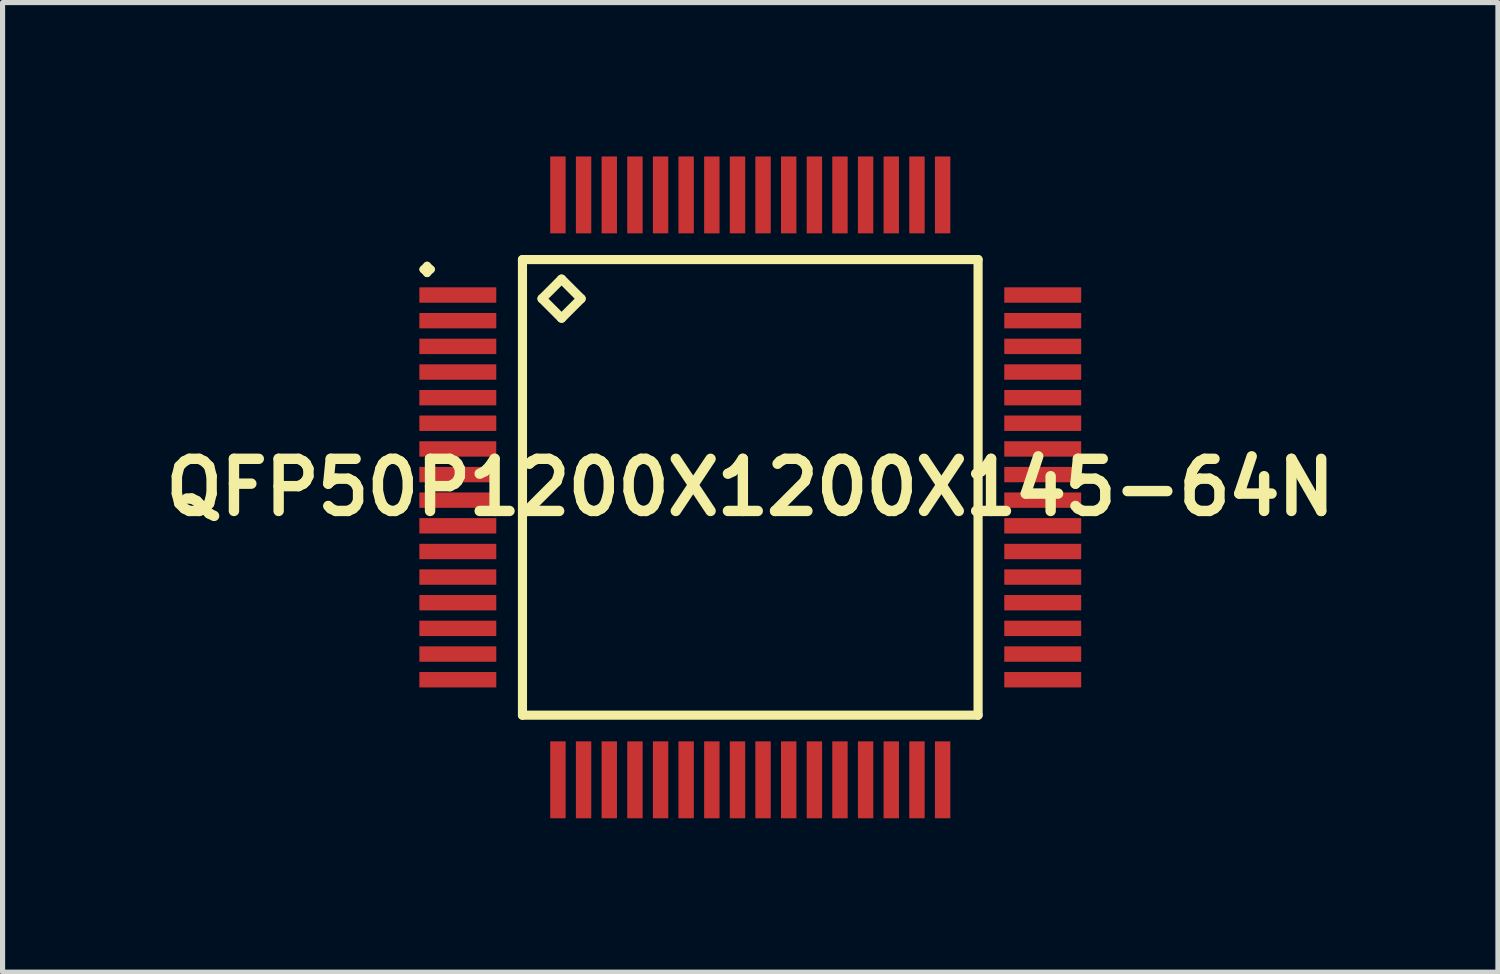
<source format=kicad_pcb>
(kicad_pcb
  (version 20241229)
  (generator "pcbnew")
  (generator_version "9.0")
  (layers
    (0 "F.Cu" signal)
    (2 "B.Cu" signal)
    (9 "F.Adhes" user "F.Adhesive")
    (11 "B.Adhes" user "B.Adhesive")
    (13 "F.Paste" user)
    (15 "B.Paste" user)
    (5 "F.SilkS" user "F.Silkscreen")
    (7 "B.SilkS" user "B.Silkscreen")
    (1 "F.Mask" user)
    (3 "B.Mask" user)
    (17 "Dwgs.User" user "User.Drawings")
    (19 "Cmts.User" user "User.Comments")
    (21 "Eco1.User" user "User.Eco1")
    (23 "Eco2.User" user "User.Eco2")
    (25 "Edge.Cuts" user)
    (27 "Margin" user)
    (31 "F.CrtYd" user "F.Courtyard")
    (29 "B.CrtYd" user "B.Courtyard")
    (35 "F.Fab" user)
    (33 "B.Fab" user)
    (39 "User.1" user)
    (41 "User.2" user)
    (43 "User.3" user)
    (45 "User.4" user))
  (footprint "QFP50P1200X1200X145-64N"
    (layer "F.Cu")
    (at 11.573 6.449)
    (property "Reference" "QFP50P1200X1200X145-64N" (at 0 0 0) (layer "F.SilkS") (effects (font (size 1.016 1.016) (thickness 0.203))))
    (attr smd)
    (fp_line (start -6.373 -4.249) (end -6.299 -4.323) (stroke (width 0.15) (type solid)) (layer "F.SilkS"))
    (fp_line (start -6.299 -4.323) (end -6.223 -4.249) (stroke (width 0.15) (type solid)) (layer "F.SilkS"))
    (fp_line (start -6.299 -4.173) (end -6.373 -4.249) (stroke (width 0.15) (type solid)) (layer "F.SilkS"))
    (fp_line (start -6.223 -4.249) (end -6.299 -4.173) (stroke (width 0.15) (type solid)) (layer "F.SilkS"))
    (fp_line (start -4.44 -4.44) (end -4.44 4.44) (stroke (width 0.178) (type solid)) (layer "F.SilkS"))
    (fp_line (start -4.44 4.44) (end 4.44 4.44) (stroke (width 0.178) (type solid)) (layer "F.SilkS"))
    (fp_line (start -4.059 -3.678) (end -3.678 -4.059) (stroke (width 0.178) (type solid)) (layer "F.SilkS"))
    (fp_line (start -3.678 -4.059) (end -3.297 -3.678) (stroke (width 0.178) (type solid)) (layer "F.SilkS"))
    (fp_line (start -3.678 -3.297) (end -4.059 -3.678) (stroke (width 0.178) (type solid)) (layer "F.SilkS"))
    (fp_line (start -3.297 -3.678) (end -3.678 -3.297) (stroke (width 0.178) (type solid)) (layer "F.SilkS"))
    (fp_line (start 4.44 -4.44) (end -4.44 -4.44) (stroke (width 0.178) (type solid)) (layer "F.SilkS"))
    (fp_line (start 4.44 4.44) (end 4.44 -4.44) (stroke (width 0.178) (type solid)) (layer "F.SilkS"))
    (pad "1" smd rect (at -5.7 -3.749) (size 1.499 0.3) (layers "F.Cu" "F.Mask" "F.Paste"))
    (pad "2" smd rect (at -5.7 -3.249) (size 1.499 0.3) (layers "F.Cu" "F.Mask" "F.Paste"))
    (pad "3" smd rect (at -5.7 -2.748) (size 1.499 0.3) (layers "F.Cu" "F.Mask" "F.Paste"))
    (pad "4" smd rect (at -5.7 -2.248) (size 1.499 0.3) (layers "F.Cu" "F.Mask" "F.Paste"))
    (pad "5" smd rect (at -5.7 -1.748) (size 1.499 0.3) (layers "F.Cu" "F.Mask" "F.Paste"))
    (pad "6" smd rect (at -5.7 -1.25) (size 1.499 0.3) (layers "F.Cu" "F.Mask" "F.Paste"))
    (pad "7" smd rect (at -5.7 -0.749) (size 1.499 0.3) (layers "F.Cu" "F.Mask" "F.Paste"))
    (pad "8" smd rect (at -5.7 -0.249) (size 1.499 0.3) (layers "F.Cu" "F.Mask" "F.Paste"))
    (pad "9" smd rect (at -5.7 0.249) (size 1.499 0.3) (layers "F.Cu" "F.Mask" "F.Paste"))
    (pad "10" smd rect (at -5.7 0.749) (size 1.499 0.3) (layers "F.Cu" "F.Mask" "F.Paste"))
    (pad "11" smd rect (at -5.7 1.25) (size 1.499 0.3) (layers "F.Cu" "F.Mask" "F.Paste"))
    (pad "12" smd rect (at -5.7 1.748) (size 1.499 0.3) (layers "F.Cu" "F.Mask" "F.Paste"))
    (pad "13" smd rect (at -5.7 2.248) (size 1.499 0.3) (layers "F.Cu" "F.Mask" "F.Paste"))
    (pad "14" smd rect (at -5.7 2.748) (size 1.499 0.3) (layers "F.Cu" "F.Mask" "F.Paste"))
    (pad "15" smd rect (at -5.7 3.249) (size 1.499 0.3) (layers "F.Cu" "F.Mask" "F.Paste"))
    (pad "16" smd rect (at -5.7 3.749) (size 1.499 0.3) (layers "F.Cu" "F.Mask" "F.Paste"))
    (pad "17" smd rect (at -3.749 5.7) (size 0.3 1.499) (layers "F.Cu" "F.Mask" "F.Paste"))
    (pad "18" smd rect (at -3.249 5.7) (size 0.3 1.499) (layers "F.Cu" "F.Mask" "F.Paste"))
    (pad "19" smd rect (at -2.748 5.7) (size 0.3 1.499) (layers "F.Cu" "F.Mask" "F.Paste"))
    (pad "20" smd rect (at -2.248 5.7) (size 0.3 1.499) (layers "F.Cu" "F.Mask" "F.Paste"))
    (pad "21" smd rect (at -1.748 5.7) (size 0.3 1.499) (layers "F.Cu" "F.Mask" "F.Paste"))
    (pad "22" smd rect (at -1.25 5.7) (size 0.3 1.499) (layers "F.Cu" "F.Mask" "F.Paste"))
    (pad "23" smd rect (at -0.749 5.7) (size 0.3 1.499) (layers "F.Cu" "F.Mask" "F.Paste"))
    (pad "24" smd rect (at -0.249 5.7) (size 0.3 1.499) (layers "F.Cu" "F.Mask" "F.Paste"))
    (pad "25" smd rect (at 0.249 5.7) (size 0.3 1.499) (layers "F.Cu" "F.Mask" "F.Paste"))
    (pad "26" smd rect (at 0.749 5.7) (size 0.3 1.499) (layers "F.Cu" "F.Mask" "F.Paste"))
    (pad "27" smd rect (at 1.25 5.7) (size 0.3 1.499) (layers "F.Cu" "F.Mask" "F.Paste"))
    (pad "28" smd rect (at 1.748 5.7) (size 0.3 1.499) (layers "F.Cu" "F.Mask" "F.Paste"))
    (pad "29" smd rect (at 2.248 5.7) (size 0.3 1.499) (layers "F.Cu" "F.Mask" "F.Paste"))
    (pad "30" smd rect (at 2.748 5.7) (size 0.3 1.499) (layers "F.Cu" "F.Mask" "F.Paste"))
    (pad "31" smd rect (at 3.249 5.7) (size 0.3 1.499) (layers "F.Cu" "F.Mask" "F.Paste"))
    (pad "32" smd rect (at 3.749 5.7) (size 0.3 1.499) (layers "F.Cu" "F.Mask" "F.Paste"))
    (pad "33" smd rect (at 5.7 3.749) (size 1.499 0.3) (layers "F.Cu" "F.Mask" "F.Paste"))
    (pad "34" smd rect (at 5.7 3.249) (size 1.499 0.3) (layers "F.Cu" "F.Mask" "F.Paste"))
    (pad "35" smd rect (at 5.7 2.748) (size 1.499 0.3) (layers "F.Cu" "F.Mask" "F.Paste"))
    (pad "36" smd rect (at 5.7 2.248) (size 1.499 0.3) (layers "F.Cu" "F.Mask" "F.Paste"))
    (pad "37" smd rect (at 5.7 1.748) (size 1.499 0.3) (layers "F.Cu" "F.Mask" "F.Paste"))
    (pad "38" smd rect (at 5.7 1.25) (size 1.499 0.3) (layers "F.Cu" "F.Mask" "F.Paste"))
    (pad "39" smd rect (at 5.7 0.749) (size 1.499 0.3) (layers "F.Cu" "F.Mask" "F.Paste"))
    (pad "40" smd rect (at 5.7 0.249) (size 1.499 0.3) (layers "F.Cu" "F.Mask" "F.Paste"))
    (pad "41" smd rect (at 5.7 -0.249) (size 1.499 0.3) (layers "F.Cu" "F.Mask" "F.Paste"))
    (pad "42" smd rect (at 5.7 -0.749) (size 1.499 0.3) (layers "F.Cu" "F.Mask" "F.Paste"))
    (pad "43" smd rect (at 5.7 -1.25) (size 1.499 0.3) (layers "F.Cu" "F.Mask" "F.Paste"))
    (pad "44" smd rect (at 5.7 -1.748) (size 1.499 0.3) (layers "F.Cu" "F.Mask" "F.Paste"))
    (pad "45" smd rect (at 5.7 -2.248) (size 1.499 0.3) (layers "F.Cu" "F.Mask" "F.Paste"))
    (pad "46" smd rect (at 5.7 -2.748) (size 1.499 0.3) (layers "F.Cu" "F.Mask" "F.Paste"))
    (pad "47" smd rect (at 5.7 -3.249) (size 1.499 0.3) (layers "F.Cu" "F.Mask" "F.Paste"))
    (pad "48" smd rect (at 5.7 -3.749) (size 1.499 0.3) (layers "F.Cu" "F.Mask" "F.Paste"))
    (pad "49" smd rect (at 3.749 -5.7) (size 0.3 1.499) (layers "F.Cu" "F.Mask" "F.Paste"))
    (pad "50" smd rect (at 3.249 -5.7) (size 0.3 1.499) (layers "F.Cu" "F.Mask" "F.Paste"))
    (pad "51" smd rect (at 2.748 -5.7) (size 0.3 1.499) (layers "F.Cu" "F.Mask" "F.Paste"))
    (pad "52" smd rect (at 2.248 -5.7) (size 0.3 1.499) (layers "F.Cu" "F.Mask" "F.Paste"))
    (pad "53" smd rect (at 1.748 -5.7) (size 0.3 1.499) (layers "F.Cu" "F.Mask" "F.Paste"))
    (pad "54" smd rect (at 1.25 -5.7) (size 0.3 1.499) (layers "F.Cu" "F.Mask" "F.Paste"))
    (pad "55" smd rect (at 0.749 -5.7) (size 0.3 1.499) (layers "F.Cu" "F.Mask" "F.Paste"))
    (pad "56" smd rect (at 0.249 -5.7) (size 0.3 1.499) (layers "F.Cu" "F.Mask" "F.Paste"))
    (pad "57" smd rect (at -0.249 -5.7) (size 0.3 1.499) (layers "F.Cu" "F.Mask" "F.Paste"))
    (pad "58" smd rect (at -0.749 -5.7) (size 0.3 1.499) (layers "F.Cu" "F.Mask" "F.Paste"))
    (pad "59" smd rect (at -1.25 -5.7) (size 0.3 1.499) (layers "F.Cu" "F.Mask" "F.Paste"))
    (pad "60" smd rect (at -1.748 -5.7) (size 0.3 1.499) (layers "F.Cu" "F.Mask" "F.Paste"))
    (pad "61" smd rect (at -2.248 -5.7) (size 0.3 1.499) (layers "F.Cu" "F.Mask" "F.Paste"))
    (pad "62" smd rect (at -2.748 -5.7) (size 0.3 1.499) (layers "F.Cu" "F.Mask" "F.Paste"))
    (pad "63" smd rect (at -3.249 -5.7) (size 0.3 1.499) (layers "F.Cu" "F.Mask" "F.Paste"))
    (pad "64" smd rect (at -3.749 -5.7) (size 0.3 1.499) (layers "F.Cu" "F.Mask" "F.Paste")))
  (gr_rect
    (start -3 -3)
    (end 26.145 15.898)
    (stroke (width 0.1) (type default))
    (fill no)
    (layer "Edge.Cuts")))
</source>
